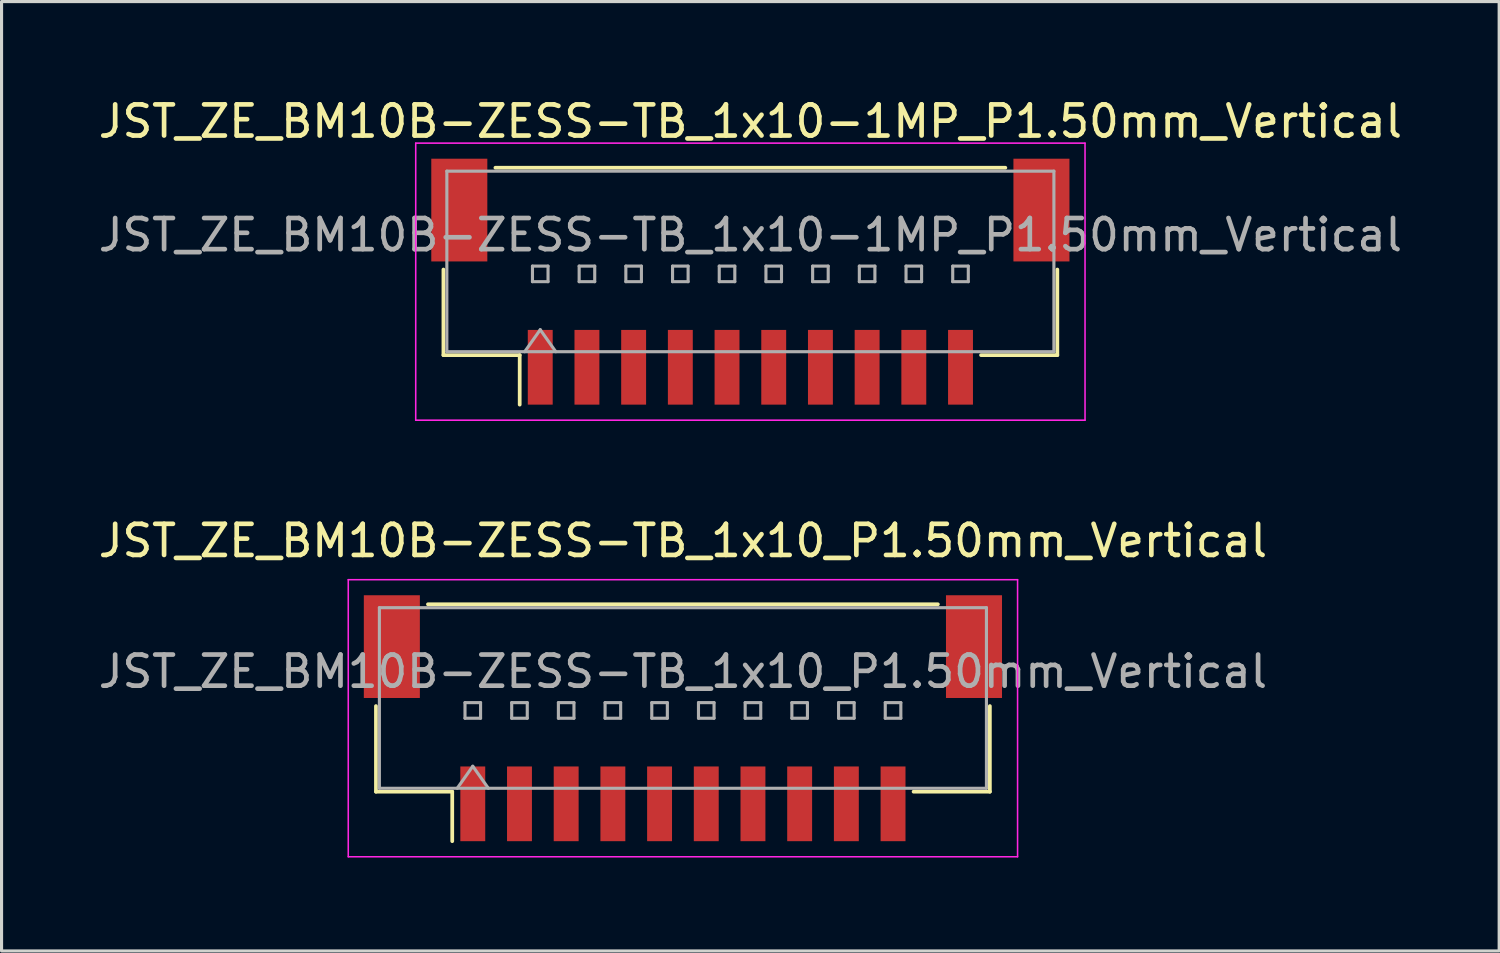
<source format=kicad_pcb>
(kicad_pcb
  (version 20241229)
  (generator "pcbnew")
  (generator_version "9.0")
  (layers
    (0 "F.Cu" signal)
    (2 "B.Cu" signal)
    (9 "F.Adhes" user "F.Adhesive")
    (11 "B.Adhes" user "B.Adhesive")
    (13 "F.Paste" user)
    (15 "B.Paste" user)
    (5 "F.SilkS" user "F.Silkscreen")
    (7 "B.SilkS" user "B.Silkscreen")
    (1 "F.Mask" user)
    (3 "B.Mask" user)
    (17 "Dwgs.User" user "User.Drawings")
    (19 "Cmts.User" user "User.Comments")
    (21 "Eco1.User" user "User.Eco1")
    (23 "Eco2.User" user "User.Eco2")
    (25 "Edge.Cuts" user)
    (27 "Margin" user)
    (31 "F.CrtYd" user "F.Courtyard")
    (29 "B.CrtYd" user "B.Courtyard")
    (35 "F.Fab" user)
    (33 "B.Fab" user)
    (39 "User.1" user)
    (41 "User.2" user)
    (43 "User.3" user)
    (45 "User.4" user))
  (footprint "JST_ZE_BM10B-ZESS-TB_1x10-1MP_P1.50mm_Vertical"
    (layer "F.Cu")
    (at 21.054 5.998)
    (property "Reference" "JST_ZE_BM10B-ZESS-TB_1x10-1MP_P1.50mm_Vertical" (at 0 -5.15 0) (layer "F.SilkS") (effects (font (size 1 1) (thickness 0.15))))
    (attr smd)
    (fp_line (start -9.86 -0.39) (end -9.86 2.36) (stroke (width 0.12) (type solid)) (layer "F.SilkS"))
    (fp_line (start -9.86 2.36) (end -7.41 2.36) (stroke (width 0.12) (type solid)) (layer "F.SilkS"))
    (fp_line (start -8.19 -3.66) (end 8.19 -3.66) (stroke (width 0.12) (type solid)) (layer "F.SilkS"))
    (fp_line (start -7.41 2.36) (end -7.41 3.95) (stroke (width 0.12) (type solid)) (layer "F.SilkS"))
    (fp_line (start 9.86 -0.39) (end 9.86 2.36) (stroke (width 0.12) (type solid)) (layer "F.SilkS"))
    (fp_line (start 9.86 2.36) (end 7.41 2.36) (stroke (width 0.12) (type solid)) (layer "F.SilkS"))
    (fp_line (start -10.75 -4.45) (end -10.75 4.45) (stroke (width 0.05) (type solid)) (layer "F.CrtYd"))
    (fp_line (start -10.75 4.45) (end 10.75 4.45) (stroke (width 0.05) (type solid)) (layer "F.CrtYd"))
    (fp_line (start 10.75 -4.45) (end -10.75 -4.45) (stroke (width 0.05) (type solid)) (layer "F.CrtYd"))
    (fp_line (start 10.75 4.45) (end 10.75 -4.45) (stroke (width 0.05) (type solid)) (layer "F.CrtYd"))
    (fp_line (start -9.75 -3.55) (end 9.75 -3.55) (stroke (width 0.1) (type solid)) (layer "F.Fab"))
    (fp_line (start -9.75 2.25) (end -9.75 -3.55) (stroke (width 0.1) (type solid)) (layer "F.Fab"))
    (fp_line (start -9.75 2.25) (end 9.75 2.25) (stroke (width 0.1) (type solid)) (layer "F.Fab"))
    (fp_line (start -7.25 2.25) (end -6.75 1.543) (stroke (width 0.1) (type solid)) (layer "F.Fab"))
    (fp_line (start -7 -0.5) (end -7 0) (stroke (width 0.1) (type solid)) (layer "F.Fab"))
    (fp_line (start -7 0) (end -6.5 0) (stroke (width 0.1) (type solid)) (layer "F.Fab"))
    (fp_line (start -6.75 1.543) (end -6.25 2.25) (stroke (width 0.1) (type solid)) (layer "F.Fab"))
    (fp_line (start -6.5 -0.5) (end -7 -0.5) (stroke (width 0.1) (type solid)) (layer "F.Fab"))
    (fp_line (start -6.5 0) (end -6.5 -0.5) (stroke (width 0.1) (type solid)) (layer "F.Fab"))
    (fp_line (start -5.5 -0.5) (end -5.5 0) (stroke (width 0.1) (type solid)) (layer "F.Fab"))
    (fp_line (start -5.5 0) (end -5 0) (stroke (width 0.1) (type solid)) (layer "F.Fab"))
    (fp_line (start -5 -0.5) (end -5.5 -0.5) (stroke (width 0.1) (type solid)) (layer "F.Fab"))
    (fp_line (start -5 0) (end -5 -0.5) (stroke (width 0.1) (type solid)) (layer "F.Fab"))
    (fp_line (start -4 -0.5) (end -4 0) (stroke (width 0.1) (type solid)) (layer "F.Fab"))
    (fp_line (start -4 0) (end -3.5 0) (stroke (width 0.1) (type solid)) (layer "F.Fab"))
    (fp_line (start -3.5 -0.5) (end -4 -0.5) (stroke (width 0.1) (type solid)) (layer "F.Fab"))
    (fp_line (start -3.5 0) (end -3.5 -0.5) (stroke (width 0.1) (type solid)) (layer "F.Fab"))
    (fp_line (start -2.5 -0.5) (end -2.5 0) (stroke (width 0.1) (type solid)) (layer "F.Fab"))
    (fp_line (start -2.5 0) (end -2 0) (stroke (width 0.1) (type solid)) (layer "F.Fab"))
    (fp_line (start -2 -0.5) (end -2.5 -0.5) (stroke (width 0.1) (type solid)) (layer "F.Fab"))
    (fp_line (start -2 0) (end -2 -0.5) (stroke (width 0.1) (type solid)) (layer "F.Fab"))
    (fp_line (start -1 -0.5) (end -1 0) (stroke (width 0.1) (type solid)) (layer "F.Fab"))
    (fp_line (start -1 0) (end -0.5 0) (stroke (width 0.1) (type solid)) (layer "F.Fab"))
    (fp_line (start -0.5 -0.5) (end -1 -0.5) (stroke (width 0.1) (type solid)) (layer "F.Fab"))
    (fp_line (start -0.5 0) (end -0.5 -0.5) (stroke (width 0.1) (type solid)) (layer "F.Fab"))
    (fp_line (start 0.5 -0.5) (end 0.5 0) (stroke (width 0.1) (type solid)) (layer "F.Fab"))
    (fp_line (start 0.5 0) (end 1 0) (stroke (width 0.1) (type solid)) (layer "F.Fab"))
    (fp_line (start 1 -0.5) (end 0.5 -0.5) (stroke (width 0.1) (type solid)) (layer "F.Fab"))
    (fp_line (start 1 0) (end 1 -0.5) (stroke (width 0.1) (type solid)) (layer "F.Fab"))
    (fp_line (start 2 -0.5) (end 2 0) (stroke (width 0.1) (type solid)) (layer "F.Fab"))
    (fp_line (start 2 0) (end 2.5 0) (stroke (width 0.1) (type solid)) (layer "F.Fab"))
    (fp_line (start 2.5 -0.5) (end 2 -0.5) (stroke (width 0.1) (type solid)) (layer "F.Fab"))
    (fp_line (start 2.5 0) (end 2.5 -0.5) (stroke (width 0.1) (type solid)) (layer "F.Fab"))
    (fp_line (start 3.5 -0.5) (end 3.5 0) (stroke (width 0.1) (type solid)) (layer "F.Fab"))
    (fp_line (start 3.5 0) (end 4 0) (stroke (width 0.1) (type solid)) (layer "F.Fab"))
    (fp_line (start 4 -0.5) (end 3.5 -0.5) (stroke (width 0.1) (type solid)) (layer "F.Fab"))
    (fp_line (start 4 0) (end 4 -0.5) (stroke (width 0.1) (type solid)) (layer "F.Fab"))
    (fp_line (start 5 -0.5) (end 5 0) (stroke (width 0.1) (type solid)) (layer "F.Fab"))
    (fp_line (start 5 0) (end 5.5 0) (stroke (width 0.1) (type solid)) (layer "F.Fab"))
    (fp_line (start 5.5 -0.5) (end 5 -0.5) (stroke (width 0.1) (type solid)) (layer "F.Fab"))
    (fp_line (start 5.5 0) (end 5.5 -0.5) (stroke (width 0.1) (type solid)) (layer "F.Fab"))
    (fp_line (start 6.5 -0.5) (end 6.5 0) (stroke (width 0.1) (type solid)) (layer "F.Fab"))
    (fp_line (start 6.5 0) (end 7 0) (stroke (width 0.1) (type solid)) (layer "F.Fab"))
    (fp_line (start 7 -0.5) (end 6.5 -0.5) (stroke (width 0.1) (type solid)) (layer "F.Fab"))
    (fp_line (start 7 0) (end 7 -0.5) (stroke (width 0.1) (type solid)) (layer "F.Fab"))
    (fp_line (start 9.75 2.25) (end 9.75 -3.55) (stroke (width 0.1) (type solid)) (layer "F.Fab"))
    (fp_text user "${REFERENCE}" (at 0 -1.5 0) (layer "F.Fab") (effects (font (size 1 1) (thickness 0.15))))
    (pad "1" smd rect (at -6.75 2.75) (size 0.8 2.4) (layers "F.Cu" "F.Mask" "F.Paste"))
    (pad "2" smd rect (at -5.25 2.75) (size 0.8 2.4) (layers "F.Cu" "F.Mask" "F.Paste"))
    (pad "3" smd rect (at -3.75 2.75) (size 0.8 2.4) (layers "F.Cu" "F.Mask" "F.Paste"))
    (pad "4" smd rect (at -2.25 2.75) (size 0.8 2.4) (layers "F.Cu" "F.Mask" "F.Paste"))
    (pad "5" smd rect (at -0.75 2.75) (size 0.8 2.4) (layers "F.Cu" "F.Mask" "F.Paste"))
    (pad "6" smd rect (at 0.75 2.75) (size 0.8 2.4) (layers "F.Cu" "F.Mask" "F.Paste"))
    (pad "7" smd rect (at 2.25 2.75) (size 0.8 2.4) (layers "F.Cu" "F.Mask" "F.Paste"))
    (pad "8" smd rect (at 3.75 2.75) (size 0.8 2.4) (layers "F.Cu" "F.Mask" "F.Paste"))
    (pad "9" smd rect (at 5.25 2.75) (size 0.8 2.4) (layers "F.Cu" "F.Mask" "F.Paste"))
    (pad "10" smd rect (at 6.75 2.75) (size 0.8 2.4) (layers "F.Cu" "F.Mask" "F.Paste"))
    (pad "MP" smd rect (at -9.35 -2.3) (size 1.8 3.3) (layers "F.Cu" "F.Mask" "F.Paste"))
    (pad "MP" smd rect (at 9.35 -2.3) (size 1.8 3.3) (layers "F.Cu" "F.Mask" "F.Paste")))
  (footprint "JST_ZE_BM10B-ZESS-TB_1x10_P1.50mm_Vertical"
    (layer "F.Cu")
    (at 18.887 20.021)
    (property "Reference" "JST_ZE_BM10B-ZESS-TB_1x10_P1.50mm_Vertical" (at 0 -5.7 0) (layer "F.SilkS") (effects (font (size 1 1) (thickness 0.15))))
    (attr smd)
    (fp_line (start -9.86 -0.39) (end -9.86 2.36) (stroke (width 0.12) (type solid)) (layer "F.SilkS"))
    (fp_line (start -9.86 2.36) (end -7.41 2.36) (stroke (width 0.12) (type solid)) (layer "F.SilkS"))
    (fp_line (start -8.19 -3.66) (end 8.19 -3.66) (stroke (width 0.12) (type solid)) (layer "F.SilkS"))
    (fp_line (start -7.41 2.36) (end -7.41 3.95) (stroke (width 0.12) (type solid)) (layer "F.SilkS"))
    (fp_line (start 9.86 -0.39) (end 9.86 2.36) (stroke (width 0.12) (type solid)) (layer "F.SilkS"))
    (fp_line (start 9.86 2.36) (end 7.41 2.36) (stroke (width 0.12) (type solid)) (layer "F.SilkS"))
    (fp_line (start -10.75 -4.45) (end -10.75 4.45) (stroke (width 0.05) (type solid)) (layer "F.CrtYd"))
    (fp_line (start -10.75 4.45) (end 10.75 4.45) (stroke (width 0.05) (type solid)) (layer "F.CrtYd"))
    (fp_line (start 10.75 -4.45) (end -10.75 -4.45) (stroke (width 0.05) (type solid)) (layer "F.CrtYd"))
    (fp_line (start 10.75 4.45) (end 10.75 -4.45) (stroke (width 0.05) (type solid)) (layer "F.CrtYd"))
    (fp_line (start -9.75 -3.55) (end 9.75 -3.55) (stroke (width 0.1) (type solid)) (layer "F.Fab"))
    (fp_line (start -9.75 2.25) (end -9.75 -3.55) (stroke (width 0.1) (type solid)) (layer "F.Fab"))
    (fp_line (start -9.75 2.25) (end 9.75 2.25) (stroke (width 0.1) (type solid)) (layer "F.Fab"))
    (fp_line (start -7.25 2.25) (end -6.75 1.543) (stroke (width 0.1) (type solid)) (layer "F.Fab"))
    (fp_line (start -7 -0.5) (end -7 0) (stroke (width 0.1) (type solid)) (layer "F.Fab"))
    (fp_line (start -7 0) (end -6.5 0) (stroke (width 0.1) (type solid)) (layer "F.Fab"))
    (fp_line (start -6.75 1.543) (end -6.25 2.25) (stroke (width 0.1) (type solid)) (layer "F.Fab"))
    (fp_line (start -6.5 -0.5) (end -7 -0.5) (stroke (width 0.1) (type solid)) (layer "F.Fab"))
    (fp_line (start -6.5 0) (end -6.5 -0.5) (stroke (width 0.1) (type solid)) (layer "F.Fab"))
    (fp_line (start -5.5 -0.5) (end -5.5 0) (stroke (width 0.1) (type solid)) (layer "F.Fab"))
    (fp_line (start -5.5 0) (end -5 0) (stroke (width 0.1) (type solid)) (layer "F.Fab"))
    (fp_line (start -5 -0.5) (end -5.5 -0.5) (stroke (width 0.1) (type solid)) (layer "F.Fab"))
    (fp_line (start -5 0) (end -5 -0.5) (stroke (width 0.1) (type solid)) (layer "F.Fab"))
    (fp_line (start -4 -0.5) (end -4 0) (stroke (width 0.1) (type solid)) (layer "F.Fab"))
    (fp_line (start -4 0) (end -3.5 0) (stroke (width 0.1) (type solid)) (layer "F.Fab"))
    (fp_line (start -3.5 -0.5) (end -4 -0.5) (stroke (width 0.1) (type solid)) (layer "F.Fab"))
    (fp_line (start -3.5 0) (end -3.5 -0.5) (stroke (width 0.1) (type solid)) (layer "F.Fab"))
    (fp_line (start -2.5 -0.5) (end -2.5 0) (stroke (width 0.1) (type solid)) (layer "F.Fab"))
    (fp_line (start -2.5 0) (end -2 0) (stroke (width 0.1) (type solid)) (layer "F.Fab"))
    (fp_line (start -2 -0.5) (end -2.5 -0.5) (stroke (width 0.1) (type solid)) (layer "F.Fab"))
    (fp_line (start -2 0) (end -2 -0.5) (stroke (width 0.1) (type solid)) (layer "F.Fab"))
    (fp_line (start -1 -0.5) (end -1 0) (stroke (width 0.1) (type solid)) (layer "F.Fab"))
    (fp_line (start -1 0) (end -0.5 0) (stroke (width 0.1) (type solid)) (layer "F.Fab"))
    (fp_line (start -0.5 -0.5) (end -1 -0.5) (stroke (width 0.1) (type solid)) (layer "F.Fab"))
    (fp_line (start -0.5 0) (end -0.5 -0.5) (stroke (width 0.1) (type solid)) (layer "F.Fab"))
    (fp_line (start 0.5 -0.5) (end 0.5 0) (stroke (width 0.1) (type solid)) (layer "F.Fab"))
    (fp_line (start 0.5 0) (end 1 0) (stroke (width 0.1) (type solid)) (layer "F.Fab"))
    (fp_line (start 1 -0.5) (end 0.5 -0.5) (stroke (width 0.1) (type solid)) (layer "F.Fab"))
    (fp_line (start 1 0) (end 1 -0.5) (stroke (width 0.1) (type solid)) (layer "F.Fab"))
    (fp_line (start 2 -0.5) (end 2 0) (stroke (width 0.1) (type solid)) (layer "F.Fab"))
    (fp_line (start 2 0) (end 2.5 0) (stroke (width 0.1) (type solid)) (layer "F.Fab"))
    (fp_line (start 2.5 -0.5) (end 2 -0.5) (stroke (width 0.1) (type solid)) (layer "F.Fab"))
    (fp_line (start 2.5 0) (end 2.5 -0.5) (stroke (width 0.1) (type solid)) (layer "F.Fab"))
    (fp_line (start 3.5 -0.5) (end 3.5 0) (stroke (width 0.1) (type solid)) (layer "F.Fab"))
    (fp_line (start 3.5 0) (end 4 0) (stroke (width 0.1) (type solid)) (layer "F.Fab"))
    (fp_line (start 4 -0.5) (end 3.5 -0.5) (stroke (width 0.1) (type solid)) (layer "F.Fab"))
    (fp_line (start 4 0) (end 4 -0.5) (stroke (width 0.1) (type solid)) (layer "F.Fab"))
    (fp_line (start 5 -0.5) (end 5 0) (stroke (width 0.1) (type solid)) (layer "F.Fab"))
    (fp_line (start 5 0) (end 5.5 0) (stroke (width 0.1) (type solid)) (layer "F.Fab"))
    (fp_line (start 5.5 -0.5) (end 5 -0.5) (stroke (width 0.1) (type solid)) (layer "F.Fab"))
    (fp_line (start 5.5 0) (end 5.5 -0.5) (stroke (width 0.1) (type solid)) (layer "F.Fab"))
    (fp_line (start 6.5 -0.5) (end 6.5 0) (stroke (width 0.1) (type solid)) (layer "F.Fab"))
    (fp_line (start 6.5 0) (end 7 0) (stroke (width 0.1) (type solid)) (layer "F.Fab"))
    (fp_line (start 7 -0.5) (end 6.5 -0.5) (stroke (width 0.1) (type solid)) (layer "F.Fab"))
    (fp_line (start 7 0) (end 7 -0.5) (stroke (width 0.1) (type solid)) (layer "F.Fab"))
    (fp_line (start 9.75 2.25) (end 9.75 -3.55) (stroke (width 0.1) (type solid)) (layer "F.Fab"))
    (fp_text user "${REFERENCE}" (at 0 -1.5 0) (layer "F.Fab") (effects (font (size 1 1) (thickness 0.15))))
    (pad "" smd rect (at -9.35 -2.3) (size 1.8 3.3) (layers "F.Cu" "F.Mask" "F.Paste"))
    (pad "" smd rect (at 9.35 -2.3) (size 1.8 3.3) (layers "F.Cu" "F.Mask" "F.Paste"))
    (pad "1" smd rect (at -6.75 2.75) (size 0.8 2.4) (layers "F.Cu" "F.Mask" "F.Paste"))
    (pad "2" smd rect (at -5.25 2.75) (size 0.8 2.4) (layers "F.Cu" "F.Mask" "F.Paste"))
    (pad "3" smd rect (at -3.75 2.75) (size 0.8 2.4) (layers "F.Cu" "F.Mask" "F.Paste"))
    (pad "4" smd rect (at -2.25 2.75) (size 0.8 2.4) (layers "F.Cu" "F.Mask" "F.Paste"))
    (pad "5" smd rect (at -0.75 2.75) (size 0.8 2.4) (layers "F.Cu" "F.Mask" "F.Paste"))
    (pad "6" smd rect (at 0.75 2.75) (size 0.8 2.4) (layers "F.Cu" "F.Mask" "F.Paste"))
    (pad "7" smd rect (at 2.25 2.75) (size 0.8 2.4) (layers "F.Cu" "F.Mask" "F.Paste"))
    (pad "8" smd rect (at 3.75 2.75) (size 0.8 2.4) (layers "F.Cu" "F.Mask" "F.Paste"))
    (pad "9" smd rect (at 5.25 2.75) (size 0.8 2.4) (layers "F.Cu" "F.Mask" "F.Paste"))
    (pad "10" smd rect (at 6.75 2.75) (size 0.8 2.4) (layers "F.Cu" "F.Mask" "F.Paste")))
  (gr_rect
    (start -3 -3)
    (end 45.107 27.497)
    (stroke (width 0.1) (type default))
    (fill no)
    (layer "Edge.Cuts")))
</source>
